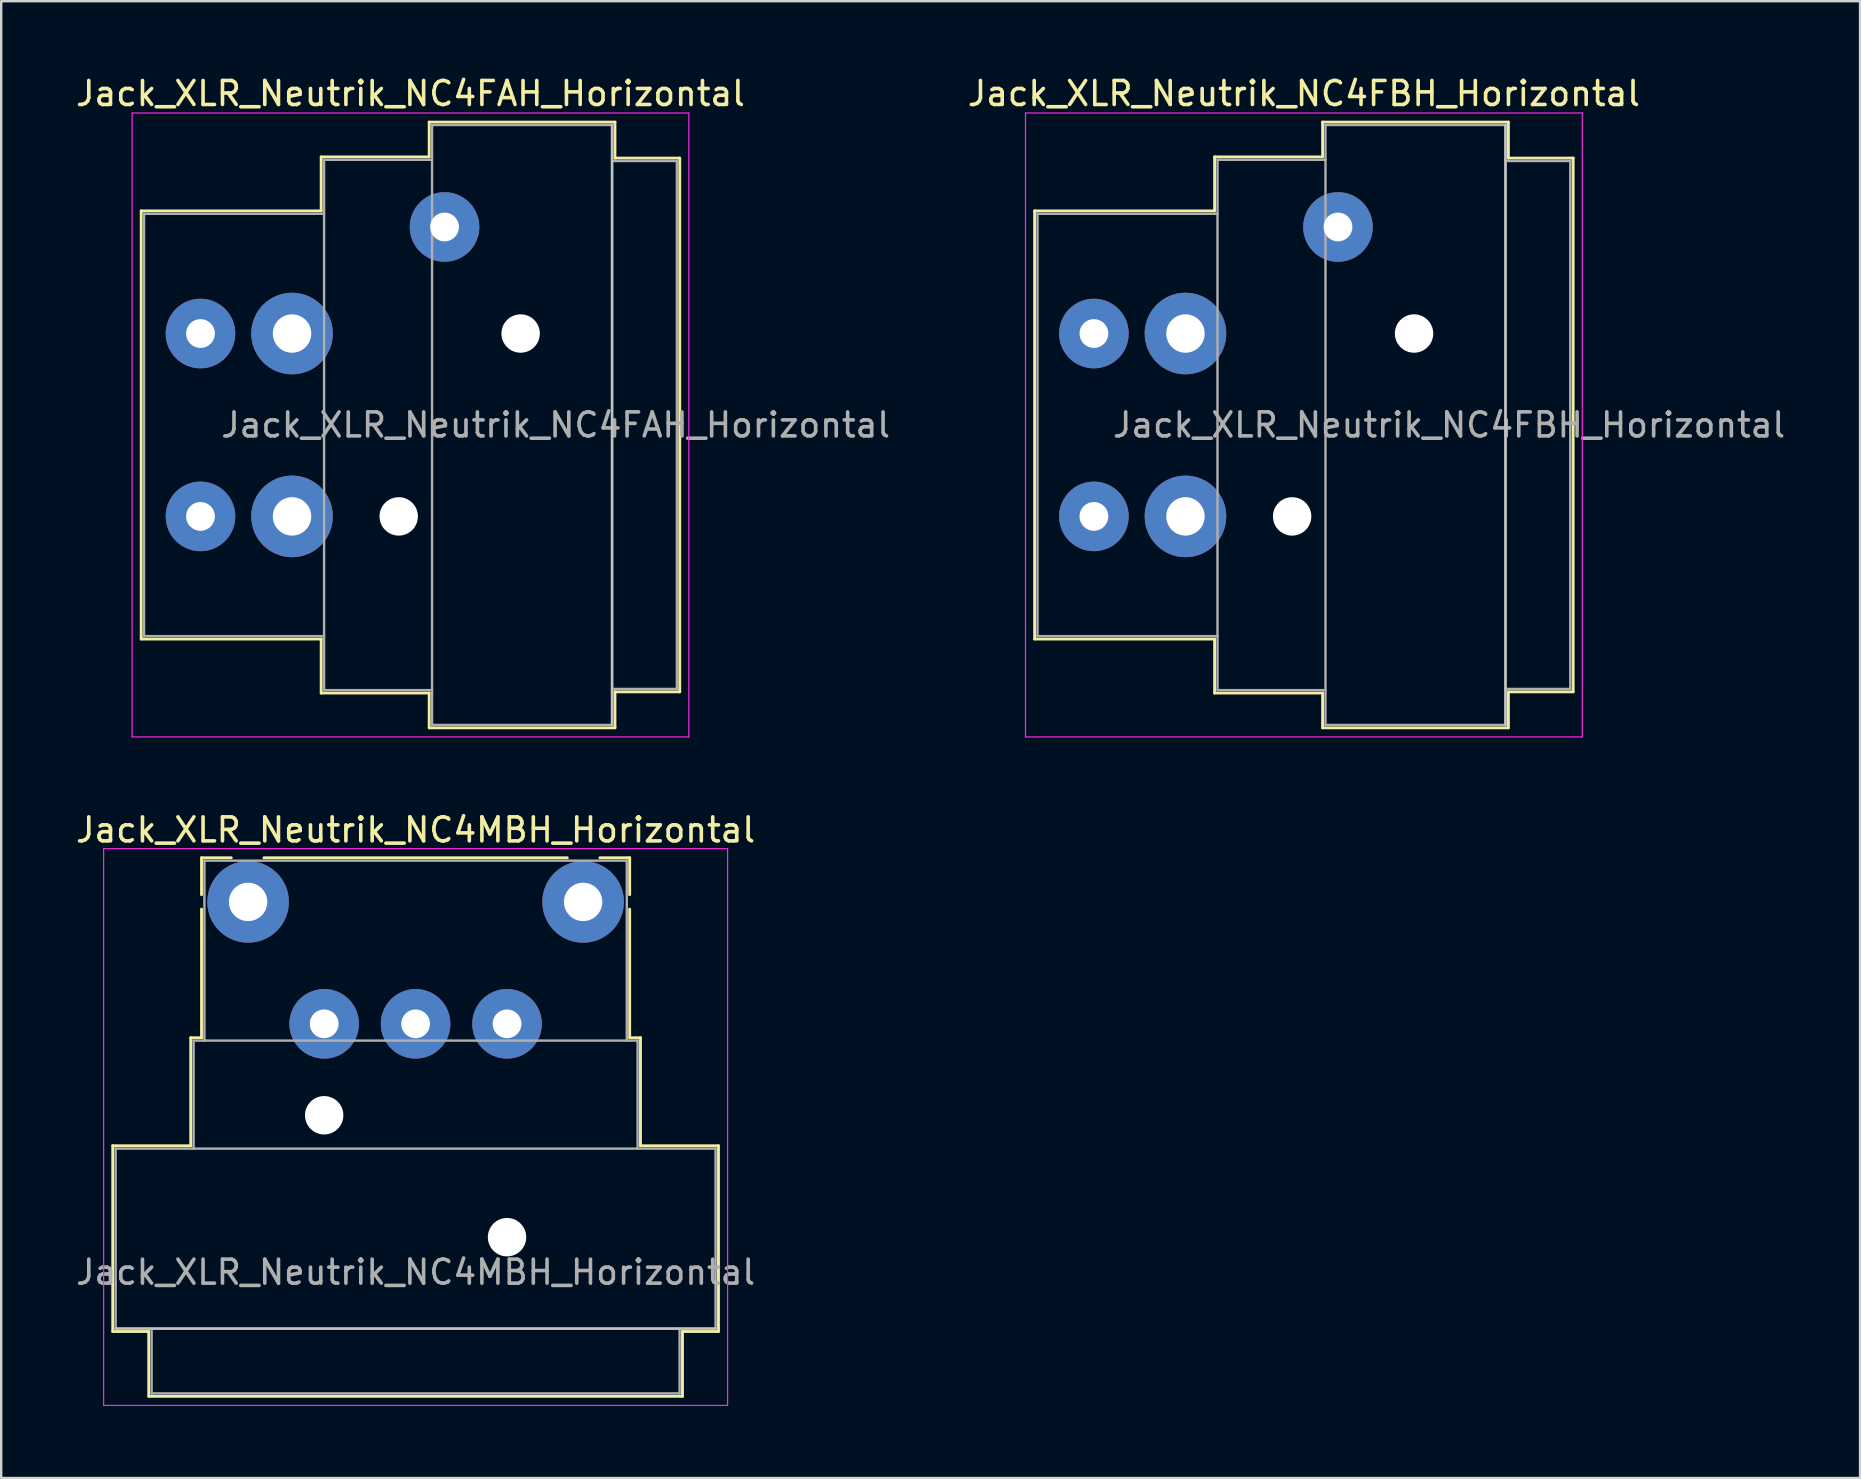
<source format=kicad_pcb>
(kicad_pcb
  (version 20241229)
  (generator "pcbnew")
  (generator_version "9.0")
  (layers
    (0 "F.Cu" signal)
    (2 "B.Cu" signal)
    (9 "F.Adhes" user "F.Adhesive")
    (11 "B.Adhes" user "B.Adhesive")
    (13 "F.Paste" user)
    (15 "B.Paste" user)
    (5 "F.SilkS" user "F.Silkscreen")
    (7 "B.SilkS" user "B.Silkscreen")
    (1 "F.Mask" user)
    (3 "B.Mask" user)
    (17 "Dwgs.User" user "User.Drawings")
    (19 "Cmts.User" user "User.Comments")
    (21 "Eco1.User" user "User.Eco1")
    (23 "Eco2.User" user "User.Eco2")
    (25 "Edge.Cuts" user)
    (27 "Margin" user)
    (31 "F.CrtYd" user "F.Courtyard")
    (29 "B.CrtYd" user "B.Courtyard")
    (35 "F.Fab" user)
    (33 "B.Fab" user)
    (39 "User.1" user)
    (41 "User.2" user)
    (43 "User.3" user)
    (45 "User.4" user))
  (footprint "Jack_XLR_Neutrik_NC4FBH_Horizontal"
    (layer "F.Cu")
    (at 42.532 10.848)
    (property "Reference" "Jack_XLR_Neutrik_NC4FBH_Horizontal" (at 8.75 -10 0) (layer "F.SilkS") (effects (font (size 1 1) (thickness 0.15))))
    (attr through_hole)
    (fp_line (start -2.47 -5.11) (end -2.47 12.73) (stroke (width 0.12) (type solid)) (layer "F.SilkS"))
    (fp_line (start 5.03 -5.11) (end -2.47 -5.11) (stroke (width 0.12) (type solid)) (layer "F.SilkS"))
    (fp_line (start 5.03 -5.11) (end 5.03 -7.36) (stroke (width 0.12) (type solid)) (layer "F.SilkS"))
    (fp_line (start 5.03 12.73) (end -2.47 12.73) (stroke (width 0.12) (type solid)) (layer "F.SilkS"))
    (fp_line (start 5.03 12.73) (end 5.03 14.98) (stroke (width 0.12) (type solid)) (layer "F.SilkS"))
    (fp_line (start 9.53 -7.36) (end 5.03 -7.36) (stroke (width 0.12) (type solid)) (layer "F.SilkS"))
    (fp_line (start 9.53 -7.36) (end 9.53 -8.81) (stroke (width 0.12) (type solid)) (layer "F.SilkS"))
    (fp_line (start 9.53 14.98) (end 5.03 14.98) (stroke (width 0.12) (type solid)) (layer "F.SilkS"))
    (fp_line (start 9.53 16.43) (end 9.53 14.98) (stroke (width 0.12) (type solid)) (layer "F.SilkS"))
    (fp_line (start 17.27 -8.81) (end 9.53 -8.81) (stroke (width 0.12) (type solid)) (layer "F.SilkS"))
    (fp_line (start 17.27 -8.81) (end 17.27 -7.31) (stroke (width 0.12) (type solid)) (layer "F.SilkS"))
    (fp_line (start 17.27 -7.31) (end 19.97 -7.31) (stroke (width 0.12) (type solid)) (layer "F.SilkS"))
    (fp_line (start 17.27 14.93) (end 17.27 16.43) (stroke (width 0.12) (type solid)) (layer "F.SilkS"))
    (fp_line (start 17.27 14.93) (end 19.97 14.93) (stroke (width 0.12) (type solid)) (layer "F.SilkS"))
    (fp_line (start 17.27 16.43) (end 9.53 16.43) (stroke (width 0.12) (type solid)) (layer "F.SilkS"))
    (fp_line (start 19.97 -7.31) (end 19.97 14.93) (stroke (width 0.12) (type solid)) (layer "F.SilkS"))
    (fp_line (start 17.15 -8.69) (end 17.15 16.31) (stroke (width 0.1) (type solid)) (layer "Dwgs.User"))
    (fp_line (start -2.85 -9.19) (end -2.85 16.81) (stroke (width 0.05) (type solid)) (layer "F.CrtYd"))
    (fp_line (start 20.35 -9.19) (end -2.85 -9.19) (stroke (width 0.05) (type solid)) (layer "F.CrtYd"))
    (fp_line (start 20.35 -9.19) (end 20.35 16.81) (stroke (width 0.05) (type solid)) (layer "F.CrtYd"))
    (fp_line (start 20.35 16.81) (end -2.85 16.81) (stroke (width 0.05) (type solid)) (layer "F.CrtYd"))
    (fp_line (start -2.35 -4.99) (end -2.35 12.61) (stroke (width 0.1) (type solid)) (layer "F.Fab"))
    (fp_line (start 5.15 -4.99) (end -2.35 -4.99) (stroke (width 0.1) (type solid)) (layer "F.Fab"))
    (fp_line (start 5.15 12.61) (end -2.35 12.61) (stroke (width 0.1) (type solid)) (layer "F.Fab"))
    (fp_line (start 5.15 14.86) (end 5.15 -7.24) (stroke (width 0.1) (type solid)) (layer "F.Fab"))
    (fp_line (start 5.15 14.86) (end 9.65 14.86) (stroke (width 0.1) (type solid)) (layer "F.Fab"))
    (fp_line (start 9.65 -8.69) (end 17.15 -8.69) (stroke (width 0.1) (type solid)) (layer "F.Fab"))
    (fp_line (start 9.65 -7.24) (end 5.15 -7.24) (stroke (width 0.1) (type solid)) (layer "F.Fab"))
    (fp_line (start 9.65 16.31) (end 9.65 -8.69) (stroke (width 0.1) (type solid)) (layer "F.Fab"))
    (fp_line (start 17.15 -8.69) (end 17.15 16.31) (stroke (width 0.1) (type solid)) (layer "F.Fab"))
    (fp_line (start 17.15 -7.19) (end 19.85 -7.19) (stroke (width 0.1) (type solid)) (layer "F.Fab"))
    (fp_line (start 17.15 16.31) (end 9.65 16.31) (stroke (width 0.1) (type solid)) (layer "F.Fab"))
    (fp_line (start 19.85 -7.19) (end 19.85 14.81) (stroke (width 0.1) (type solid)) (layer "F.Fab"))
    (fp_line (start 19.85 14.81) (end 17.15 14.81) (stroke (width 0.1) (type solid)) (layer "F.Fab"))
    (fp_text user "${REFERENCE}" (at 14.8 3.81 0) (layer "F.Fab") (effects (font (size 1 1) (thickness 0.15))))
    (pad "" np_thru_hole circle (at 8.26 7.62) (size 1.6 1.6) (drill 1.6) (layers "*.Cu" "*.Mask"))
    (pad "" np_thru_hole circle (at 13.34 0) (size 1.6 1.6) (drill 1.6) (layers "*.Cu" "*.Mask"))
    (pad "1" thru_hole circle (at 0 0) (size 2.9 2.9) (drill 1.2) (layers "*.Cu" "*.Mask"))
    (pad "2" thru_hole circle (at 3.815 0) (size 3.4 3.4) (drill 1.6) (layers "*.Cu" "*.Mask"))
    (pad "3" thru_hole circle (at 3.815 7.62) (size 3.4 3.4) (drill 1.6) (layers "*.Cu" "*.Mask"))
    (pad "4" thru_hole circle (at 0 7.62) (size 2.9 2.9) (drill 1.2) (layers "*.Cu" "*.Mask"))
    (pad "G" thru_hole circle (at 10.17 -4.44) (size 2.9 2.9) (drill 1.2) (layers "*.Cu" "*.Mask")))
  (footprint "Jack_XLR_Neutrik_NC4MBH_Horizontal"
    (layer "F.Cu")
    (at 7.288 34.532)
    (property "Reference" "Jack_XLR_Neutrik_NC4MBH_Horizontal" (at 6.98 -3 0) (layer "F.SilkS") (effects (font (size 1 1) (thickness 0.15))))
    (attr through_hole)
    (fp_line (start -5.64 10.16) (end -2.39 10.16) (stroke (width 0.12) (type solid)) (layer "F.SilkS"))
    (fp_line (start -5.64 17.9) (end -5.64 10.16) (stroke (width 0.12) (type solid)) (layer "F.SilkS"))
    (fp_line (start -4.14 17.9) (end -5.64 17.9) (stroke (width 0.12) (type solid)) (layer "F.SilkS"))
    (fp_line (start -4.14 17.9) (end -4.14 20.6) (stroke (width 0.12) (type solid)) (layer "F.SilkS"))
    (fp_line (start -2.39 10.16) (end -2.39 5.66) (stroke (width 0.12) (type solid)) (layer "F.SilkS"))
    (fp_line (start -1.94 -1.84) (end -1.94 -0.3) (stroke (width 0.12) (type solid)) (layer "F.SilkS"))
    (fp_line (start -1.94 -1.84) (end -0.7 -1.84) (stroke (width 0.12) (type solid)) (layer "F.SilkS"))
    (fp_line (start -1.94 5.66) (end -2.39 5.66) (stroke (width 0.12) (type solid)) (layer "F.SilkS"))
    (fp_line (start -1.94 5.66) (end -1.94 0.3) (stroke (width 0.12) (type solid)) (layer "F.SilkS"))
    (fp_line (start 13.3 -1.84) (end 0.66 -1.84) (stroke (width 0.12) (type solid)) (layer "F.SilkS"))
    (fp_line (start 15.9 -1.84) (end 14.66 -1.84) (stroke (width 0.12) (type solid)) (layer "F.SilkS"))
    (fp_line (start 15.9 -1.84) (end 15.9 -0.3) (stroke (width 0.12) (type solid)) (layer "F.SilkS"))
    (fp_line (start 15.9 5.66) (end 15.9 0.3) (stroke (width 0.12) (type solid)) (layer "F.SilkS"))
    (fp_line (start 15.9 5.66) (end 16.35 5.66) (stroke (width 0.12) (type solid)) (layer "F.SilkS"))
    (fp_line (start 16.35 10.16) (end 16.35 5.66) (stroke (width 0.12) (type solid)) (layer "F.SilkS"))
    (fp_line (start 16.35 10.16) (end 19.6 10.16) (stroke (width 0.12) (type solid)) (layer "F.SilkS"))
    (fp_line (start 18.1 17.9) (end 18.1 20.6) (stroke (width 0.12) (type solid)) (layer "F.SilkS"))
    (fp_line (start 18.1 20.6) (end -4.14 20.6) (stroke (width 0.12) (type solid)) (layer "F.SilkS"))
    (fp_line (start 19.6 17.9) (end 18.1 17.9) (stroke (width 0.12) (type solid)) (layer "F.SilkS"))
    (fp_line (start 19.6 17.9) (end 19.6 10.16) (stroke (width 0.12) (type solid)) (layer "F.SilkS"))
    (fp_line (start 19.48 17.78) (end -5.52 17.78) (stroke (width 0.1) (type solid)) (layer "Dwgs.User"))
    (fp_line (start -6.02 20.98) (end -6.02 -2.22) (stroke (width 0.05) (type solid)) (layer "F.CrtYd"))
    (fp_line (start 19.98 -2.22) (end -6.02 -2.22) (stroke (width 0.05) (type solid)) (layer "F.CrtYd"))
    (fp_line (start 19.98 20.98) (end -6.02 20.98) (stroke (width 0.05) (type solid)) (layer "F.CrtYd"))
    (fp_line (start 19.98 20.98) (end 19.98 -2.22) (stroke (width 0.05) (type solid)) (layer "F.CrtYd"))
    (fp_line (start -5.52 10.28) (end 19.48 10.28) (stroke (width 0.1) (type solid)) (layer "F.Fab"))
    (fp_line (start -5.52 17.78) (end -5.52 10.28) (stroke (width 0.1) (type solid)) (layer "F.Fab"))
    (fp_line (start -4.02 20.48) (end -4.02 17.78) (stroke (width 0.1) (type solid)) (layer "F.Fab"))
    (fp_line (start -2.27 5.78) (end -2.27 10.28) (stroke (width 0.1) (type solid)) (layer "F.Fab"))
    (fp_line (start -2.27 5.78) (end 16.23 5.78) (stroke (width 0.1) (type solid)) (layer "F.Fab"))
    (fp_line (start -1.82 5.78) (end -1.82 -1.72) (stroke (width 0.1) (type solid)) (layer "F.Fab"))
    (fp_line (start 15.78 -1.72) (end -1.82 -1.72) (stroke (width 0.1) (type solid)) (layer "F.Fab"))
    (fp_line (start 15.78 5.78) (end 15.78 -1.72) (stroke (width 0.1) (type solid)) (layer "F.Fab"))
    (fp_line (start 16.23 10.28) (end 16.23 5.78) (stroke (width 0.1) (type solid)) (layer "F.Fab"))
    (fp_line (start 17.98 17.78) (end 17.98 20.48) (stroke (width 0.1) (type solid)) (layer "F.Fab"))
    (fp_line (start 17.98 20.48) (end -4.02 20.48) (stroke (width 0.1) (type solid)) (layer "F.Fab"))
    (fp_line (start 19.48 10.28) (end 19.48 17.78) (stroke (width 0.1) (type solid)) (layer "F.Fab"))
    (fp_line (start 19.48 17.78) (end -5.52 17.78) (stroke (width 0.1) (type solid)) (layer "F.Fab"))
    (fp_text user "${REFERENCE}" (at 6.98 15.43 0) (layer "F.Fab") (effects (font (size 1 1) (thickness 0.15))))
    (pad "" np_thru_hole circle (at 3.17 8.89) (size 1.6 1.6) (drill 1.6) (layers "*.Cu" "*.Mask"))
    (pad "" np_thru_hole circle (at 10.79 13.97) (size 1.6 1.6) (drill 1.6) (layers "*.Cu" "*.Mask"))
    (pad "1" thru_hole circle (at 0 0) (size 3.4 3.4) (drill 1.6) (layers "*.Cu" "*.Mask"))
    (pad "2" thru_hole circle (at 3.17 5.08) (size 2.9 2.9) (drill 1.2) (layers "*.Cu" "*.Mask"))
    (pad "3" thru_hole circle (at 10.79 5.08) (size 2.9 2.9) (drill 1.2) (layers "*.Cu" "*.Mask"))
    (pad "4" thru_hole circle (at 13.96 0) (size 3.4 3.4) (drill 1.6) (layers "*.Cu" "*.Mask"))
    (pad "G" thru_hole circle (at 6.98 5.08) (size 2.9 2.9) (drill 1.2) (layers "*.Cu" "*.Mask")))
  (footprint "Jack_XLR_Neutrik_NC4FAH_Horizontal"
    (layer "F.Cu")
    (at 5.304 10.848)
    (property "Reference" "Jack_XLR_Neutrik_NC4FAH_Horizontal" (at 8.75 -10 0) (layer "F.SilkS") (effects (font (size 1 1) (thickness 0.15))))
    (attr through_hole)
    (fp_line (start -2.47 -5.11) (end -2.47 12.73) (stroke (width 0.12) (type solid)) (layer "F.SilkS"))
    (fp_line (start 5.03 -5.11) (end -2.47 -5.11) (stroke (width 0.12) (type solid)) (layer "F.SilkS"))
    (fp_line (start 5.03 -5.11) (end 5.03 -7.36) (stroke (width 0.12) (type solid)) (layer "F.SilkS"))
    (fp_line (start 5.03 12.73) (end -2.47 12.73) (stroke (width 0.12) (type solid)) (layer "F.SilkS"))
    (fp_line (start 5.03 12.73) (end 5.03 14.98) (stroke (width 0.12) (type solid)) (layer "F.SilkS"))
    (fp_line (start 9.53 -7.36) (end 5.03 -7.36) (stroke (width 0.12) (type solid)) (layer "F.SilkS"))
    (fp_line (start 9.53 -7.36) (end 9.53 -8.81) (stroke (width 0.12) (type solid)) (layer "F.SilkS"))
    (fp_line (start 9.53 14.98) (end 5.03 14.98) (stroke (width 0.12) (type solid)) (layer "F.SilkS"))
    (fp_line (start 9.53 16.43) (end 9.53 14.98) (stroke (width 0.12) (type solid)) (layer "F.SilkS"))
    (fp_line (start 17.27 -8.81) (end 9.53 -8.81) (stroke (width 0.12) (type solid)) (layer "F.SilkS"))
    (fp_line (start 17.27 -8.81) (end 17.27 -7.31) (stroke (width 0.12) (type solid)) (layer "F.SilkS"))
    (fp_line (start 17.27 -7.31) (end 19.97 -7.31) (stroke (width 0.12) (type solid)) (layer "F.SilkS"))
    (fp_line (start 17.27 14.93) (end 17.27 16.43) (stroke (width 0.12) (type solid)) (layer "F.SilkS"))
    (fp_line (start 17.27 14.93) (end 19.97 14.93) (stroke (width 0.12) (type solid)) (layer "F.SilkS"))
    (fp_line (start 17.27 16.43) (end 9.53 16.43) (stroke (width 0.12) (type solid)) (layer "F.SilkS"))
    (fp_line (start 19.97 -7.31) (end 19.97 14.93) (stroke (width 0.12) (type solid)) (layer "F.SilkS"))
    (fp_line (start 17.15 -8.69) (end 17.15 16.31) (stroke (width 0.1) (type solid)) (layer "Dwgs.User"))
    (fp_line (start -2.85 -9.19) (end -2.85 16.81) (stroke (width 0.05) (type solid)) (layer "F.CrtYd"))
    (fp_line (start 20.35 -9.19) (end -2.85 -9.19) (stroke (width 0.05) (type solid)) (layer "F.CrtYd"))
    (fp_line (start 20.35 -9.19) (end 20.35 16.81) (stroke (width 0.05) (type solid)) (layer "F.CrtYd"))
    (fp_line (start 20.35 16.81) (end -2.85 16.81) (stroke (width 0.05) (type solid)) (layer "F.CrtYd"))
    (fp_line (start -2.35 -4.99) (end -2.35 12.61) (stroke (width 0.1) (type solid)) (layer "F.Fab"))
    (fp_line (start 5.15 -4.99) (end -2.35 -4.99) (stroke (width 0.1) (type solid)) (layer "F.Fab"))
    (fp_line (start 5.15 12.61) (end -2.35 12.61) (stroke (width 0.1) (type solid)) (layer "F.Fab"))
    (fp_line (start 5.15 14.86) (end 5.15 -7.24) (stroke (width 0.1) (type solid)) (layer "F.Fab"))
    (fp_line (start 5.15 14.86) (end 9.65 14.86) (stroke (width 0.1) (type solid)) (layer "F.Fab"))
    (fp_line (start 9.65 -8.69) (end 17.15 -8.69) (stroke (width 0.1) (type solid)) (layer "F.Fab"))
    (fp_line (start 9.65 -7.24) (end 5.15 -7.24) (stroke (width 0.1) (type solid)) (layer "F.Fab"))
    (fp_line (start 9.65 16.31) (end 9.65 -8.69) (stroke (width 0.1) (type solid)) (layer "F.Fab"))
    (fp_line (start 17.15 -8.69) (end 17.15 16.31) (stroke (width 0.1) (type solid)) (layer "F.Fab"))
    (fp_line (start 17.15 -7.19) (end 19.85 -7.19) (stroke (width 0.1) (type solid)) (layer "F.Fab"))
    (fp_line (start 17.15 16.31) (end 9.65 16.31) (stroke (width 0.1) (type solid)) (layer "F.Fab"))
    (fp_line (start 19.85 -7.19) (end 19.85 14.81) (stroke (width 0.1) (type solid)) (layer "F.Fab"))
    (fp_line (start 19.85 14.81) (end 17.15 14.81) (stroke (width 0.1) (type solid)) (layer "F.Fab"))
    (fp_text user "${REFERENCE}" (at 14.8 3.81 0) (layer "F.Fab") (effects (font (size 1 1) (thickness 0.15))))
    (pad "" np_thru_hole circle (at 8.26 7.62) (size 1.6 1.6) (drill 1.6) (layers "*.Cu" "*.Mask"))
    (pad "" np_thru_hole circle (at 13.34 0) (size 1.6 1.6) (drill 1.6) (layers "*.Cu" "*.Mask"))
    (pad "1" thru_hole circle (at 0 0) (size 2.9 2.9) (drill 1.2) (layers "*.Cu" "*.Mask"))
    (pad "2" thru_hole circle (at 3.815 0) (size 3.4 3.4) (drill 1.6) (layers "*.Cu" "*.Mask"))
    (pad "3" thru_hole circle (at 3.815 7.62) (size 3.4 3.4) (drill 1.6) (layers "*.Cu" "*.Mask"))
    (pad "4" thru_hole circle (at 0 7.62) (size 2.9 2.9) (drill 1.2) (layers "*.Cu" "*.Mask"))
    (pad "G" thru_hole circle (at 10.17 -4.44) (size 2.9 2.9) (drill 1.2) (layers "*.Cu" "*.Mask")))
  (gr_rect
    (start -3 -3)
    (end 74.457 58.536)
    (stroke (width 0.1) (type default))
    (fill no)
    (layer "Edge.Cuts")))
</source>
